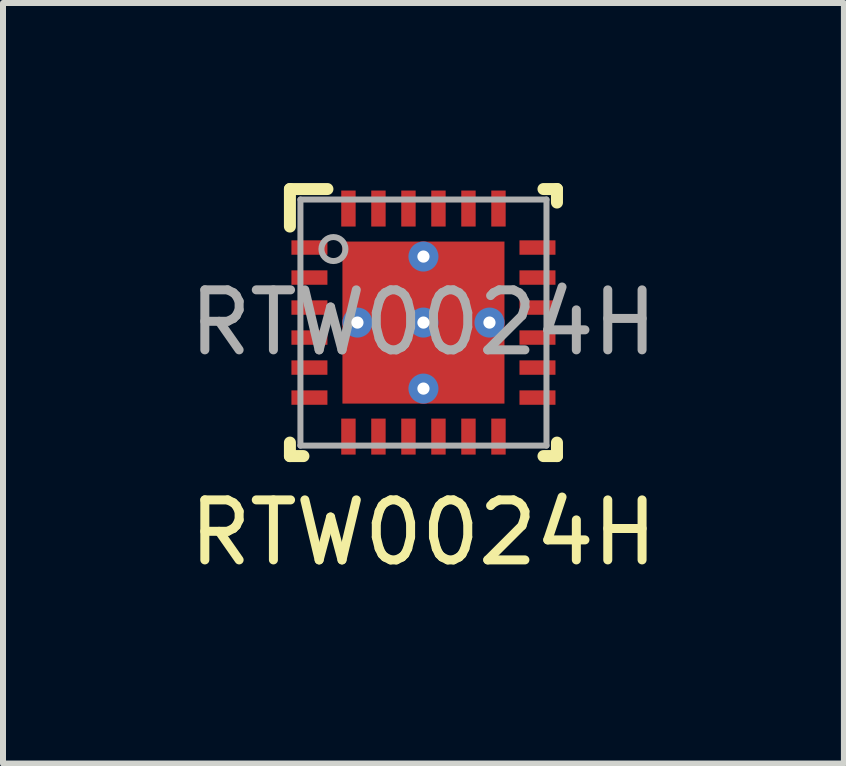
<source format=kicad_pcb>
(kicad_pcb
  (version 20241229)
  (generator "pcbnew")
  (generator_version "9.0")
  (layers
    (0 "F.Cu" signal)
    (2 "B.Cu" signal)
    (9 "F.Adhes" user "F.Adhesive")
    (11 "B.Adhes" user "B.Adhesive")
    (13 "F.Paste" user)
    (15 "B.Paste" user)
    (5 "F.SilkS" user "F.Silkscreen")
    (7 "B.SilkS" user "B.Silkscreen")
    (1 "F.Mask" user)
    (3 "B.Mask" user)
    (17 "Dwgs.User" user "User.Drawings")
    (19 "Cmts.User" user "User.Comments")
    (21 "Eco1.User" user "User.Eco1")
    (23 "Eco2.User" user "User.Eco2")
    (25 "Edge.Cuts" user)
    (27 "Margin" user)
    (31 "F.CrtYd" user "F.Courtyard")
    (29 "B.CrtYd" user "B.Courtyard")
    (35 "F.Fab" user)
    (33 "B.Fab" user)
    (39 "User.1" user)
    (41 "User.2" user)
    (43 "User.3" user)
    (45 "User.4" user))
  (footprint "RTW0024H"
    (layer "F.Cu")
    (at 4.006 2.325)
    (property "Reference" "RTW0024H" (at 0 3.5 0) (unlocked yes) (layer "F.SilkS") (effects (font (size 1 1) (thickness 0.15))))
    (attr smd)
    (fp_line (start -2.225 -2.225) (end -1.6 -2.225) (stroke (width 0.2) (type solid)) (layer "F.SilkS"))
    (fp_line (start -2.225 -1.6) (end -2.225 -2.225) (stroke (width 0.2) (type solid)) (layer "F.SilkS"))
    (fp_line (start -2.225 2.225) (end -2.225 2) (stroke (width 0.2) (type solid)) (layer "F.SilkS"))
    (fp_line (start -2.225 2.225) (end -2 2.225) (stroke (width 0.2) (type solid)) (layer "F.SilkS"))
    (fp_line (start 2 -2.225) (end 2.225 -2.225) (stroke (width 0.2) (type solid)) (layer "F.SilkS"))
    (fp_line (start 2 2.225) (end 2.225 2.225) (stroke (width 0.2) (type solid)) (layer "F.SilkS"))
    (fp_line (start 2.225 -2) (end 2.225 -2.225) (stroke (width 0.2) (type solid)) (layer "F.SilkS"))
    (fp_line (start 2.225 2.225) (end 2.225 2) (stroke (width 0.2) (type solid)) (layer "F.SilkS"))
    (fp_poly (pts (xy -0.1 -1.242) (xy -0.1 -0.148) (xy -0.101 -0.138) (xy -0.104 -0.129) (xy -0.108 -0.121) (xy -0.114 -0.114) (xy -0.121 -0.108) (xy -0.129 -0.104) (xy -0.138 -0.101) (xy -0.148 -0.1) (xy -1.242 -0.1) (xy -1.252 -0.101) (xy -1.261 -0.104) (xy -1.269 -0.108) (xy -1.276 -0.114) (xy -1.282 -0.121) (xy -1.286 -0.129) (xy -1.289 -0.138) (xy -1.29 -0.148) (xy -1.29 -1.242) (xy -1.289 -1.252) (xy -1.286 -1.261) (xy -1.282 -1.269) (xy -1.276 -1.276) (xy -1.269 -1.282) (xy -1.261 -1.286) (xy -1.252 -1.289) (xy -1.242 -1.29) (xy -0.148 -1.29) (xy -0.138 -1.289) (xy -0.129 -1.286) (xy -0.121 -1.282) (xy -0.114 -1.276) (xy -0.108 -1.269) (xy -0.104 -1.261) (xy -0.101 -1.252)) (stroke (width 0) (type solid)) (fill yes) (layer "F.Paste"))
    (fp_poly (pts (xy -0.1 0.148) (xy -0.1 1.242) (xy -0.101 1.252) (xy -0.104 1.261) (xy -0.108 1.269) (xy -0.114 1.276) (xy -0.121 1.282) (xy -0.129 1.286) (xy -0.138 1.289) (xy -0.148 1.29) (xy -1.242 1.29) (xy -1.252 1.289) (xy -1.261 1.286) (xy -1.269 1.282) (xy -1.276 1.276) (xy -1.282 1.269) (xy -1.286 1.261) (xy -1.289 1.252) (xy -1.29 1.242) (xy -1.29 0.148) (xy -1.289 0.138) (xy -1.286 0.129) (xy -1.282 0.121) (xy -1.276 0.114) (xy -1.269 0.108) (xy -1.261 0.104) (xy -1.252 0.101) (xy -1.242 0.1) (xy -0.148 0.1) (xy -0.138 0.101) (xy -0.129 0.104) (xy -0.121 0.108) (xy -0.114 0.114) (xy -0.108 0.121) (xy -0.104 0.129) (xy -0.101 0.138)) (stroke (width 0) (type solid)) (fill yes) (layer "F.Paste"))
    (fp_poly (pts (xy 0.1 -0.148) (xy 0.1 -1.242) (xy 0.101 -1.252) (xy 0.104 -1.261) (xy 0.108 -1.269) (xy 0.114 -1.276) (xy 0.121 -1.282) (xy 0.129 -1.286) (xy 0.138 -1.289) (xy 0.148 -1.29) (xy 1.242 -1.29) (xy 1.252 -1.289) (xy 1.261 -1.286) (xy 1.269 -1.282) (xy 1.276 -1.276) (xy 1.282 -1.269) (xy 1.286 -1.261) (xy 1.289 -1.252) (xy 1.29 -1.242) (xy 1.29 -0.148) (xy 1.289 -0.138) (xy 1.286 -0.129) (xy 1.282 -0.121) (xy 1.276 -0.114) (xy 1.269 -0.108) (xy 1.261 -0.104) (xy 1.252 -0.101) (xy 1.242 -0.1) (xy 0.148 -0.1) (xy 0.138 -0.101) (xy 0.129 -0.104) (xy 0.121 -0.108) (xy 0.114 -0.114) (xy 0.108 -0.121) (xy 0.104 -0.129) (xy 0.101 -0.138)) (stroke (width 0) (type solid)) (fill yes) (layer "F.Paste"))
    (fp_poly (pts (xy 0.1 1.242) (xy 0.1 0.148) (xy 0.101 0.138) (xy 0.104 0.129) (xy 0.108 0.121) (xy 0.114 0.114) (xy 0.121 0.108) (xy 0.129 0.104) (xy 0.138 0.101) (xy 0.148 0.1) (xy 1.242 0.1) (xy 1.252 0.101) (xy 1.261 0.104) (xy 1.269 0.108) (xy 1.276 0.114) (xy 1.282 0.121) (xy 1.286 0.129) (xy 1.289 0.138) (xy 1.29 0.148) (xy 1.29 1.242) (xy 1.289 1.252) (xy 1.286 1.261) (xy 1.282 1.269) (xy 1.276 1.276) (xy 1.269 1.282) (xy 1.261 1.286) (xy 1.252 1.289) (xy 1.242 1.29) (xy 0.148 1.29) (xy 0.138 1.289) (xy 0.129 1.286) (xy 0.121 1.282) (xy 0.114 1.276) (xy 0.108 1.269) (xy 0.104 1.261) (xy 0.101 1.252)) (stroke (width 0) (type solid)) (fill yes) (layer "F.Paste"))
    (fp_line (start -2.05 -2.05) (end 2.05 -2.05) (stroke (width 0.1) (type solid)) (layer "F.Fab"))
    (fp_line (start -2.05 2.05) (end -2.05 -2.05) (stroke (width 0.1) (type solid)) (layer "F.Fab"))
    (fp_line (start -2.05 2.05) (end 2.05 2.05) (stroke (width 0.1) (type solid)) (layer "F.Fab"))
    (fp_line (start 2.05 2.05) (end 2.05 -2.05) (stroke (width 0.1) (type solid)) (layer "F.Fab"))
    (fp_circle (center -1.5 -1.225) (end -1.3 -1.225) (stroke (width 0.1) (type solid)) (fill no) (layer "F.Fab"))
    (fp_text user "${REFERENCE}" (at 0 0 0) (unlocked yes) (layer "F.Fab") (effects (font (size 1 1) (thickness 0.15))))
    (pad "1" smd rect (at -1.9 -1.25 90) (size 0.24 0.6) (layers "F.Cu" "F.Mask" "F.Paste"))
    (pad "2" smd rect (at -1.9 -0.75 90) (size 0.24 0.6) (layers "F.Cu" "F.Mask" "F.Paste"))
    (pad "3" smd rect (at -1.9 -0.25 90) (size 0.24 0.6) (layers "F.Cu" "F.Mask" "F.Paste"))
    (pad "4" smd rect (at -1.9 0.25 90) (size 0.24 0.6) (layers "F.Cu" "F.Mask" "F.Paste"))
    (pad "5" smd rect (at -1.9 0.75 90) (size 0.24 0.6) (layers "F.Cu" "F.Mask" "F.Paste"))
    (pad "6" smd rect (at -1.9 1.25 90) (size 0.24 0.6) (layers "F.Cu" "F.Mask" "F.Paste"))
    (pad "7" smd rect (at -1.25 1.9) (size 0.24 0.6) (layers "F.Cu" "F.Mask" "F.Paste"))
    (pad "8" smd rect (at -0.75 1.9) (size 0.24 0.6) (layers "F.Cu" "F.Mask" "F.Paste"))
    (pad "9" smd rect (at -0.25 1.9) (size 0.24 0.6) (layers "F.Cu" "F.Mask" "F.Paste"))
    (pad "10" smd rect (at 0.25 1.9) (size 0.24 0.6) (layers "F.Cu" "F.Mask" "F.Paste"))
    (pad "11" smd rect (at 0.75 1.9) (size 0.24 0.6) (layers "F.Cu" "F.Mask" "F.Paste"))
    (pad "12" smd rect (at 1.25 1.9) (size 0.24 0.6) (layers "F.Cu" "F.Mask" "F.Paste"))
    (pad "13" smd rect (at 1.9 1.25 90) (size 0.24 0.6) (layers "F.Cu" "F.Mask" "F.Paste"))
    (pad "14" smd rect (at 1.9 0.75 90) (size 0.24 0.6) (layers "F.Cu" "F.Mask" "F.Paste"))
    (pad "15" smd rect (at 1.9 0.25 90) (size 0.24 0.6) (layers "F.Cu" "F.Mask" "F.Paste"))
    (pad "16" smd rect (at 1.9 -0.25 90) (size 0.24 0.6) (layers "F.Cu" "F.Mask" "F.Paste"))
    (pad "17" smd rect (at 1.9 -0.75 90) (size 0.24 0.6) (layers "F.Cu" "F.Mask" "F.Paste"))
    (pad "18" smd rect (at 1.9 -1.25 90) (size 0.24 0.6) (layers "F.Cu" "F.Mask" "F.Paste"))
    (pad "19" smd rect (at 1.25 -1.9) (size 0.24 0.6) (layers "F.Cu" "F.Mask" "F.Paste"))
    (pad "20" smd rect (at 0.75 -1.9) (size 0.24 0.6) (layers "F.Cu" "F.Mask" "F.Paste"))
    (pad "21" smd rect (at 0.25 -1.9) (size 0.24 0.6) (layers "F.Cu" "F.Mask" "F.Paste"))
    (pad "22" smd rect (at -0.25 -1.9) (size 0.24 0.6) (layers "F.Cu" "F.Mask" "F.Paste"))
    (pad "23" smd rect (at -0.75 -1.9) (size 0.24 0.6) (layers "F.Cu" "F.Mask" "F.Paste"))
    (pad "24" smd rect (at -1.25 -1.9) (size 0.24 0.6) (layers "F.Cu" "F.Mask" "F.Paste"))
    (pad "25" smd rect (at 0 0) (size 2.7 2.7) (layers "F.Cu" "F.Mask"))
    (pad "V" thru_hole circle (at -1.1 0) (size 0.5 0.5) (drill 0.203) (layers "*.Cu" "*.Mask"))
    (pad "V" thru_hole circle (at 0 -1.1) (size 0.5 0.5) (drill 0.203) (layers "*.Cu" "*.Mask"))
    (pad "V" thru_hole circle (at 0 0) (size 0.5 0.5) (drill 0.203) (layers "*.Cu" "*.Mask"))
    (pad "V" thru_hole circle (at 0 1.1) (size 0.5 0.5) (drill 0.203) (layers "*.Cu" "*.Mask"))
    (pad "V" thru_hole circle (at 1.1 0) (size 0.5 0.5) (drill 0.203) (layers "*.Cu" "*.Mask")))
  (gr_rect
    (start -3 -3)
    (end 11.012 9.673)
    (stroke (width 0.1) (type default))
    (fill no)
    (layer "Edge.Cuts")))
</source>
